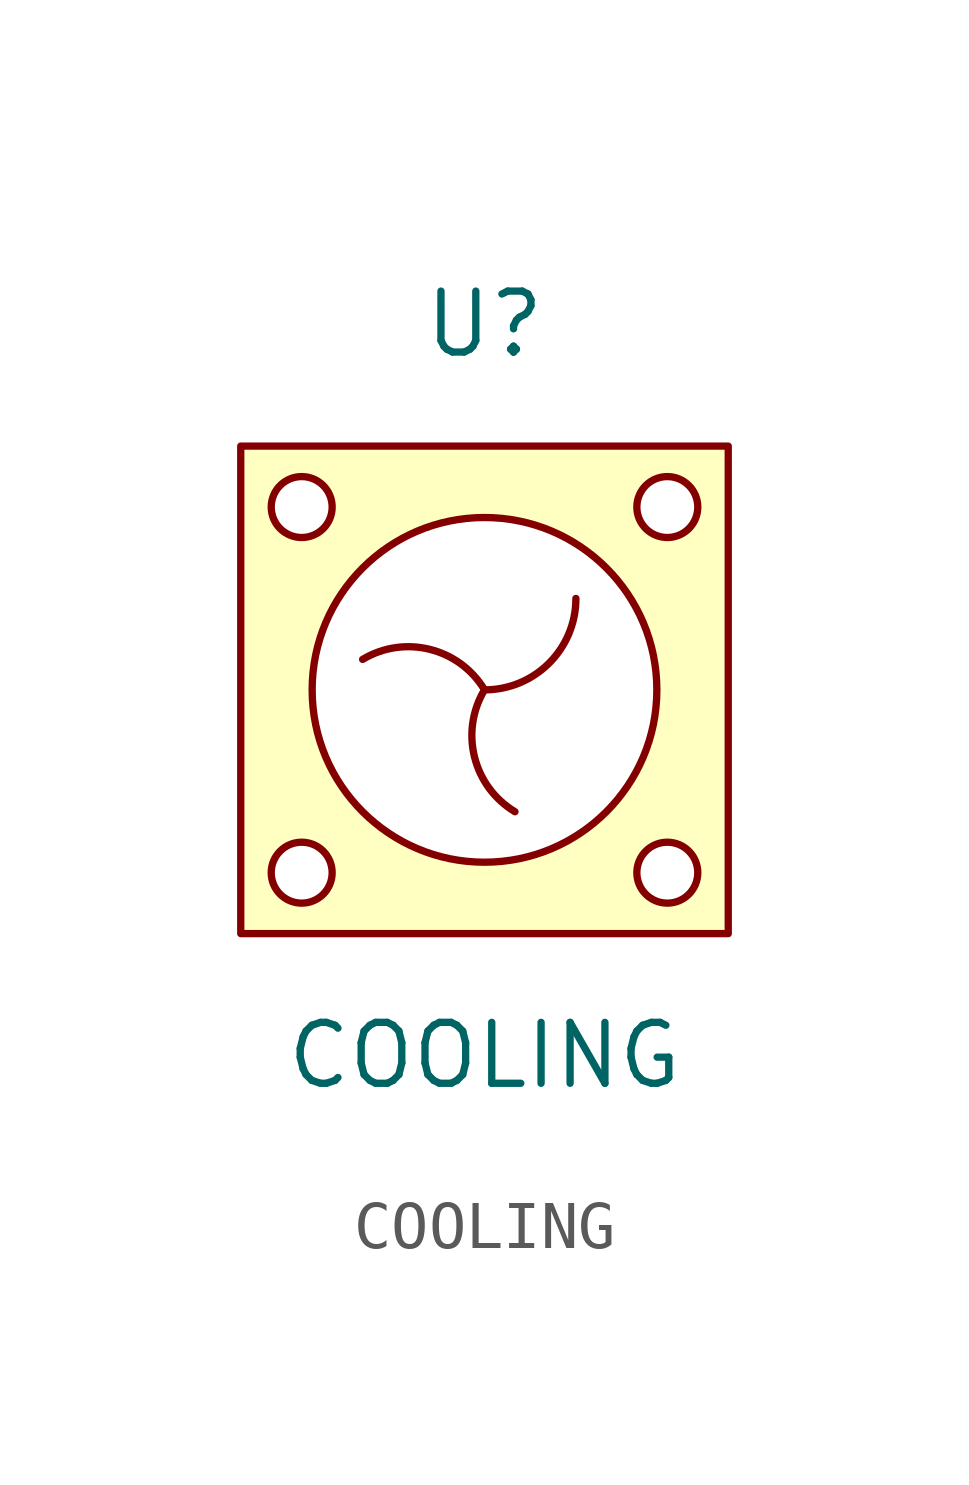
<source format=kicad_sym>
(kicad_symbol_lib
  (version 20220914)
  (generator kicad_symbol_editor)
  (symbol "COOLING"
    (property "Reference" "U"
      (at 0 7.62 0)
      (effects (font (size 1.27 1.27))))
    (property "Value" "COOLING"
      (at 0 -7.62 0)
      (effects (font (size 1.27 1.27))))
    (symbol "COOLING_1_1"
      (rectangle (start -5.08 5.08) (end 5.08 -5.08) (stroke (width 0) (type default)) (fill (type background)))
      (circle (center -3.81 -3.81) (radius 0.635) (stroke (width 0) (type default)) (fill (type color) (color 255 255 255 1)))
      (circle (center -3.81 3.81) (radius 0.635) (stroke (width 0) (type default)) (fill (type color) (color 255 255 255 1)))
      (arc (start 0 0) (mid -1.1385 0.8436) (end -2.54 0.635) (stroke (width 0) (type default)) (fill (type none)))
      (arc (start 0 0) (mid -0.2073 -1.4012) (end 0.635 -2.54) (stroke (width 0) (type default)) (fill (type none)))
      (arc (start 0 0) (mid 1.347 0.558) (end 1.905 1.905) (stroke (width 0) (type default)) (fill (type none)))
      (circle (center 0 0) (radius 3.592) (stroke (width 0) (type default)) (fill (type color) (color 255 255 255 1)))
      (circle (center 3.81 -3.81) (radius 0.635) (stroke (width 0) (type default)) (fill (type color) (color 255 255 255 1)))
      (circle (center 3.81 3.81) (radius 0.635) (stroke (width 0) (type default)) (fill (type color) (color 255 255 255 1))))))
</source>
